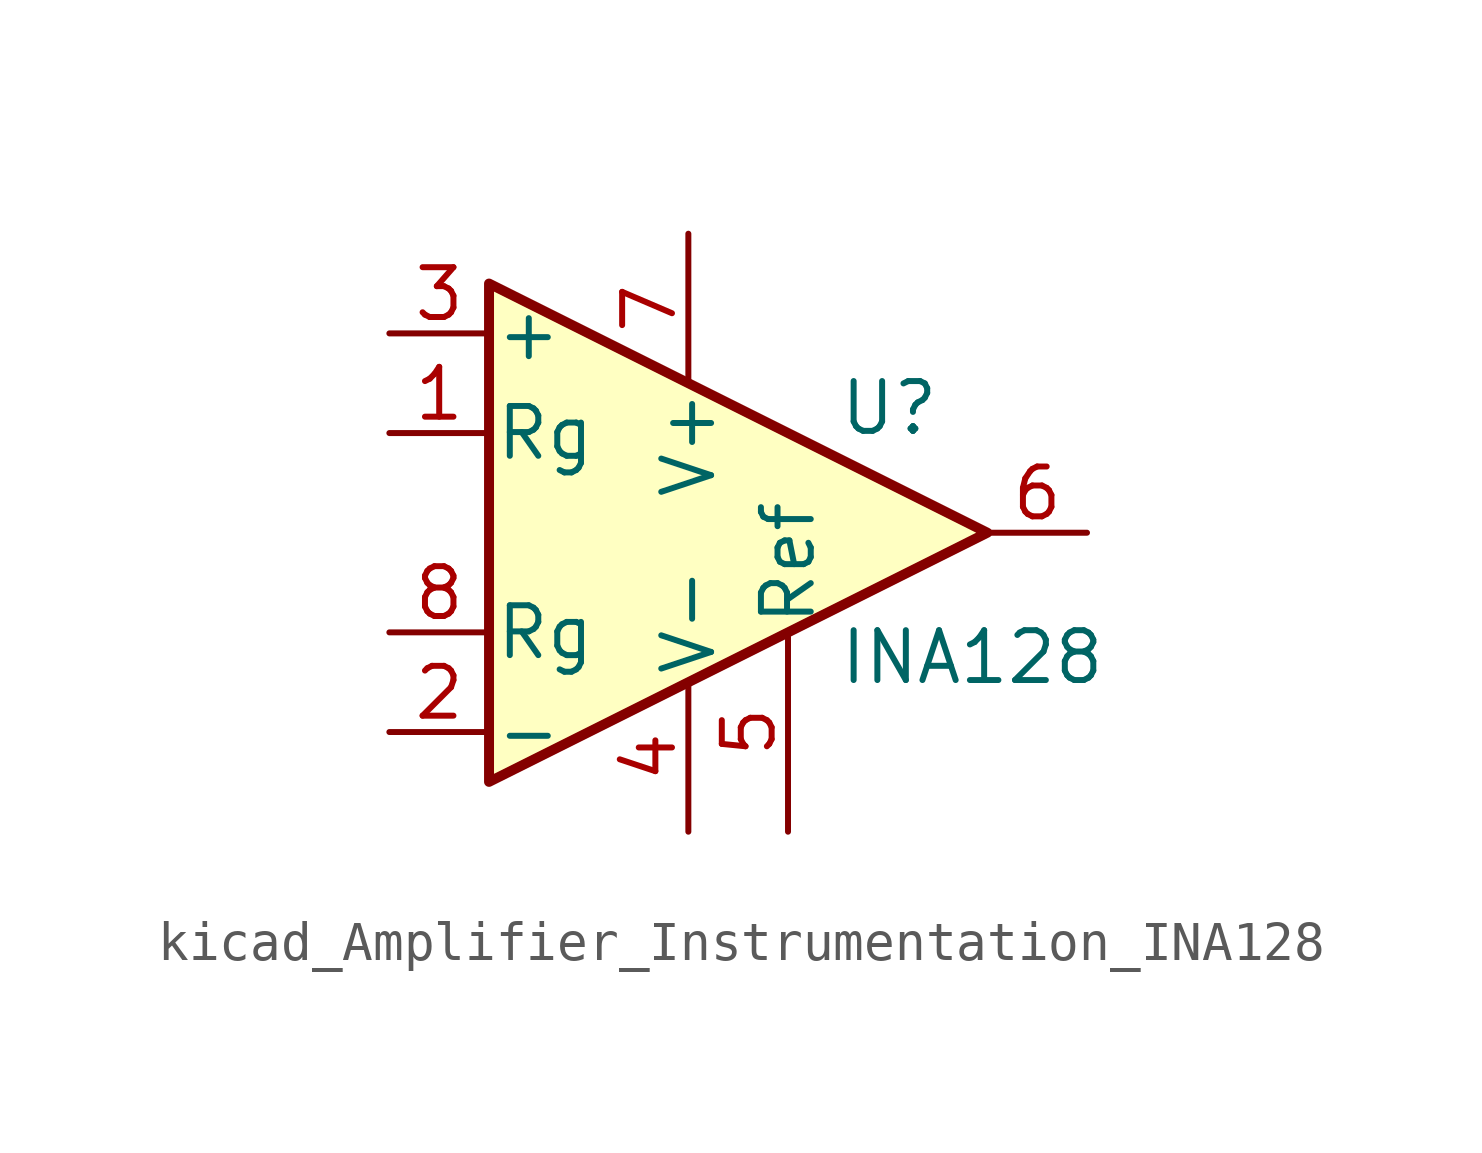
<source format=kicad_sym>
(kicad_symbol_lib
  (version 20220914)
  (generator kicad_symbol_editor)
  (symbol "kicad_Amplifier_Instrumentation_INA128"
    (pin_names
      (offset 0.127))
    (property "Reference" "U"
      (at 3.81 3.175 0)
      (effects (font (size 1.27 1.27)) (justify left)))
    (property "Value" "INA128"
      (at 3.81 -3.175 0)
      (effects (font (size 1.27 1.27)) (justify left)))
    (symbol "kicad_Amplifier_Instrumentation_INA128_0_1"
      (polyline (pts (xy 7.62 0) (xy -5.08 6.35) (xy -5.08 -6.35) (xy 7.62 0)) (stroke (width 0.254) (type default)) (fill (type background))))
    (symbol "kicad_Amplifier_Instrumentation_INA128_1_1"
      (pin passive line (at -7.62 2.54 0) (length 2.54) (name "Rg" (effects (font (size 1.27 1.27)))) (number "1" (effects (font (size 1.27 1.27)))))
      (pin input line (at -7.62 -5.08 0) (length 2.54) (name "-" (effects (font (size 1.27 1.27)))) (number "2" (effects (font (size 1.27 1.27)))))
      (pin input line (at -7.62 5.08 0) (length 2.54) (name "+" (effects (font (size 1.27 1.27)))) (number "3" (effects (font (size 1.27 1.27)))))
      (pin power_in line (at 0 -7.62 90) (length 3.81) (name "V-" (effects (font (size 1.27 1.27)))) (number "4" (effects (font (size 1.27 1.27)))))
      (pin input line (at 2.54 -7.62 90) (length 5.08) (name "Ref" (effects (font (size 1.27 1.27)))) (number "5" (effects (font (size 1.27 1.27)))))
      (pin output line (at 10.16 0 180) (length 2.54) (name "~" (effects (font (size 1.27 1.27)))) (number "6" (effects (font (size 1.27 1.27)))))
      (pin power_in line (at 0 7.62 270) (length 3.81) (name "V+" (effects (font (size 1.27 1.27)))) (number "7" (effects (font (size 1.27 1.27)))))
      (pin passive line (at -7.62 -2.54 0) (length 2.54) (name "Rg" (effects (font (size 1.27 1.27)))) (number "8" (effects (font (size 1.27 1.27))))))))
</source>
